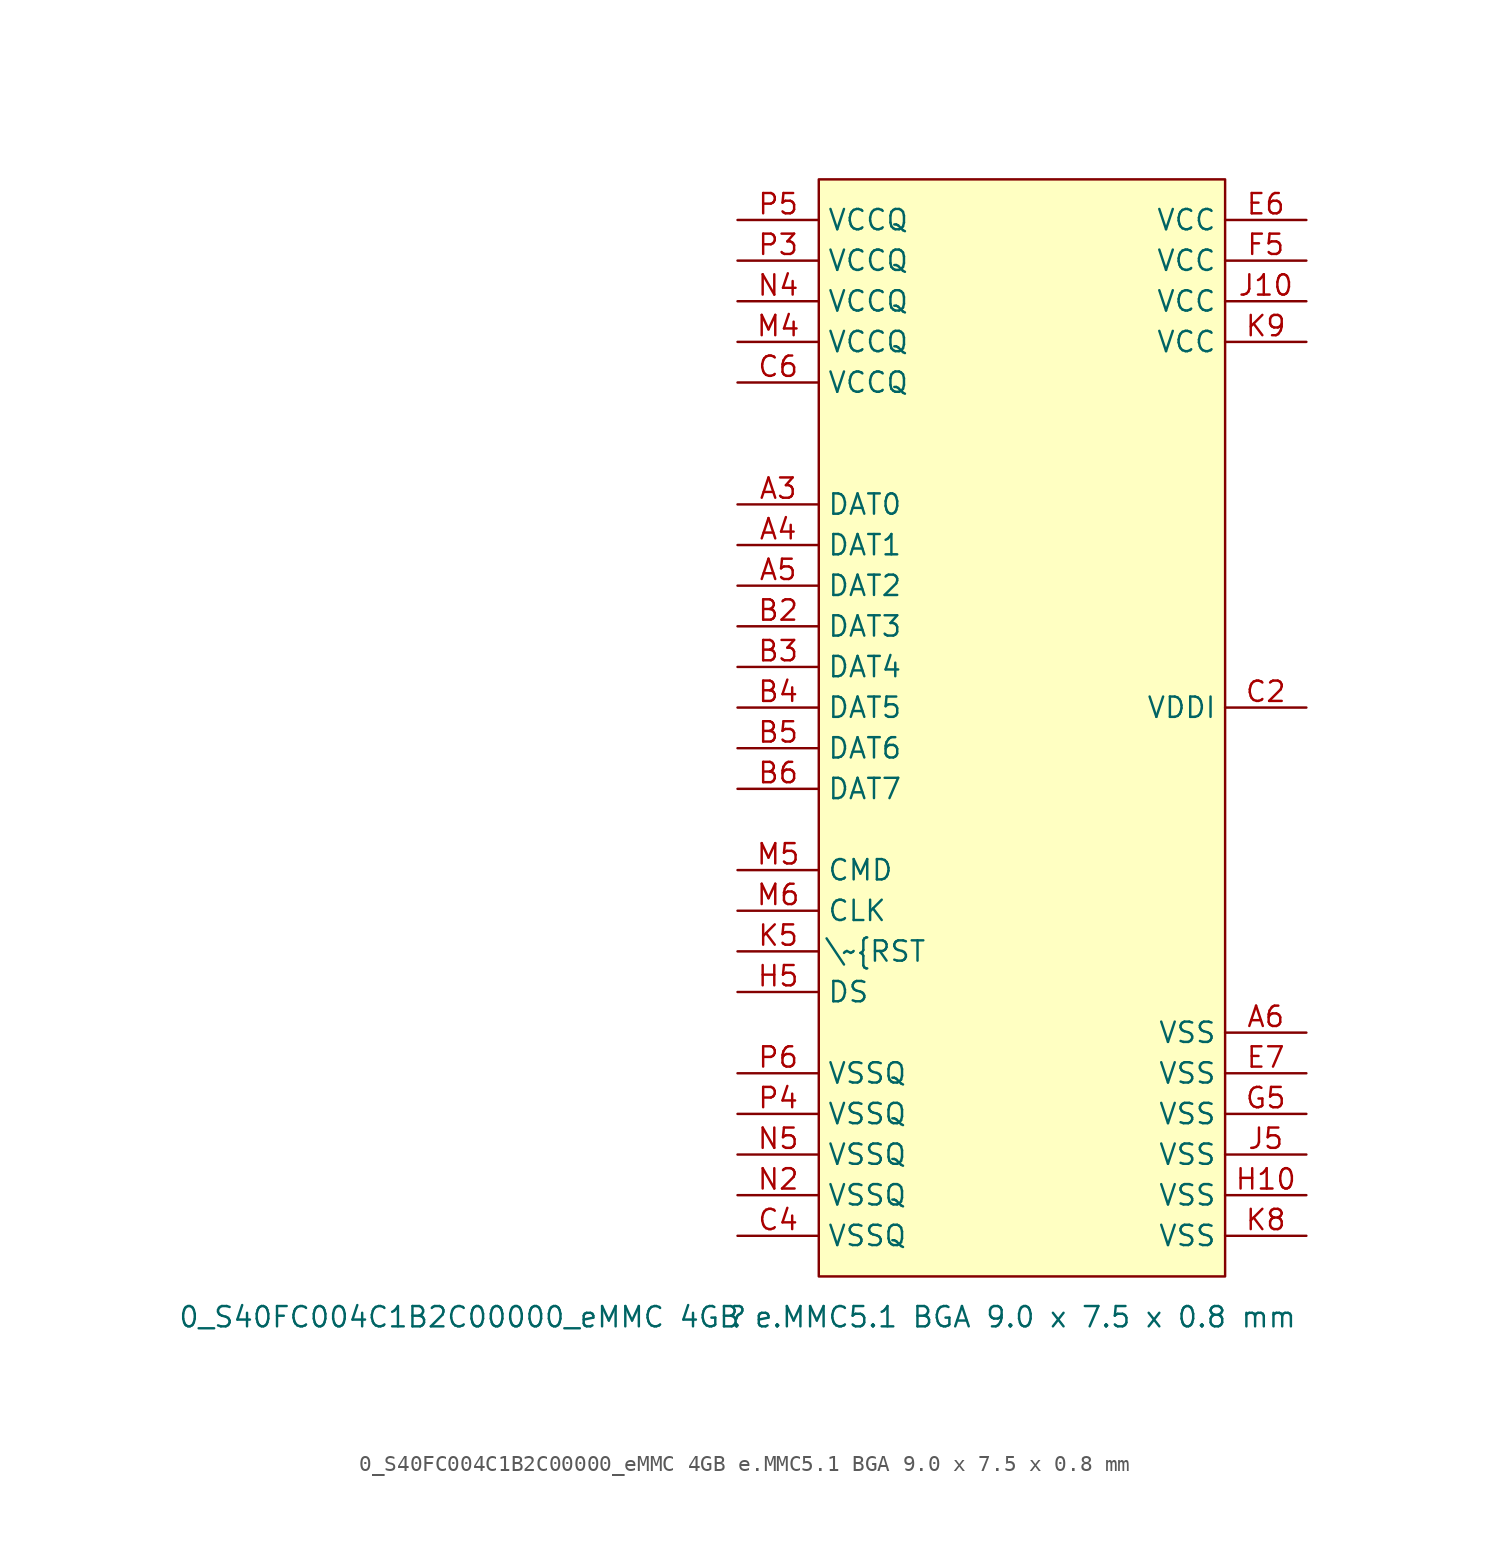
<source format=kicad_sym>
(kicad_symbol_lib
  (version 20211014)
  (generator kicad_symbol_editor)
  (symbol "0_S40FC004C1B2C00000_eMMC 4GB e.MMC5.1 BGA 9.0 x 7.5 x 0.8 mm"
    (property "Reference" ""
      (at 0 0 0)
      (effects (font (size 1.27 1.27))))
    (property "Value" "0_S40FC004C1B2C00000_eMMC 4GB e.MMC5.1 BGA 9.0 x 7.5 x 0.8 mm"
      (at 0 0 0)
      (effects (font (size 1.27 1.27))))
    (symbol "0_S40FC004C1B2C00000_eMMC 4GB e.MMC5.1 BGA 9.0 x 7.5 x 0.8 mm_1_0"
      (rectangle (start 30.48 71.12) (end 5.08 2.54) (stroke (width 0) (type default) (color 0 0 0 0)) (fill (type background)))
      (pin passive line (at 0 50.8 0) (length 5.08) (name "DAT0" (effects (font (size 1.27 1.27)))) (number "A3" (effects (font (size 1.27 1.27)))))
      (pin passive line (at 0 48.26 0) (length 5.08) (name "DAT1" (effects (font (size 1.27 1.27)))) (number "A4" (effects (font (size 1.27 1.27)))))
      (pin passive line (at 0 45.72 0) (length 5.08) (name "DAT2" (effects (font (size 1.27 1.27)))) (number "A5" (effects (font (size 1.27 1.27)))))
      (pin passive line (at 35.56 17.78 180) (length 5.08) (name "VSS" (effects (font (size 1.27 1.27)))) (number "A6" (effects (font (size 1.27 1.27)))))
      (pin passive line (at 0 43.18 0) (length 5.08) (name "DAT3" (effects (font (size 1.27 1.27)))) (number "B2" (effects (font (size 1.27 1.27)))))
      (pin passive line (at 0 40.64 0) (length 5.08) (name "DAT4" (effects (font (size 1.27 1.27)))) (number "B3" (effects (font (size 1.27 1.27)))))
      (pin passive line (at 0 38.1 0) (length 5.08) (name "DAT5" (effects (font (size 1.27 1.27)))) (number "B4" (effects (font (size 1.27 1.27)))))
      (pin passive line (at 0 35.56 0) (length 5.08) (name "DAT6" (effects (font (size 1.27 1.27)))) (number "B5" (effects (font (size 1.27 1.27)))))
      (pin passive line (at 0 33.02 0) (length 5.08) (name "DAT7" (effects (font (size 1.27 1.27)))) (number "B6" (effects (font (size 1.27 1.27)))))
      (pin passive line (at 35.56 38.1 180) (length 5.08) (name "VDDI" (effects (font (size 1.27 1.27)))) (number "C2" (effects (font (size 1.27 1.27)))))
      (pin passive line (at 0 5.08 0) (length 5.08) (name "VSSQ" (effects (font (size 1.27 1.27)))) (number "C4" (effects (font (size 1.27 1.27)))))
      (pin passive line (at 0 58.42 0) (length 5.08) (name "VCCQ" (effects (font (size 1.27 1.27)))) (number "C6" (effects (font (size 1.27 1.27)))))
      (pin passive line (at 35.56 68.58 180) (length 5.08) (name "VCC" (effects (font (size 1.27 1.27)))) (number "E6" (effects (font (size 1.27 1.27)))))
      (pin passive line (at 35.56 15.24 180) (length 5.08) (name "VSS" (effects (font (size 1.27 1.27)))) (number "E7" (effects (font (size 1.27 1.27)))))
      (pin passive line (at 35.56 66.04 180) (length 5.08) (name "VCC" (effects (font (size 1.27 1.27)))) (number "F5" (effects (font (size 1.27 1.27)))))
      (pin passive line (at 35.56 12.7 180) (length 5.08) (name "VSS" (effects (font (size 1.27 1.27)))) (number "G5" (effects (font (size 1.27 1.27)))))
      (pin passive line (at 35.56 7.62 180) (length 5.08) (name "VSS" (effects (font (size 1.27 1.27)))) (number "H10" (effects (font (size 1.27 1.27)))))
      (pin passive line (at 0 20.32 0) (length 5.08) (name "DS" (effects (font (size 1.27 1.27)))) (number "H5" (effects (font (size 1.27 1.27)))))
      (pin passive line (at 35.56 63.5 180) (length 5.08) (name "VCC" (effects (font (size 1.27 1.27)))) (number "J10" (effects (font (size 1.27 1.27)))))
      (pin passive line (at 35.56 10.16 180) (length 5.08) (name "VSS" (effects (font (size 1.27 1.27)))) (number "J5" (effects (font (size 1.27 1.27)))))
      (pin passive line (at 0 22.86 0) (length 5.08) (name "\\~{RST" (effects (font (size 1.27 1.27)))) (number "K5" (effects (font (size 1.27 1.27)))))
      (pin passive line (at 35.56 5.08 180) (length 5.08) (name "VSS" (effects (font (size 1.27 1.27)))) (number "K8" (effects (font (size 1.27 1.27)))))
      (pin passive line (at 35.56 60.96 180) (length 5.08) (name "VCC" (effects (font (size 1.27 1.27)))) (number "K9" (effects (font (size 1.27 1.27)))))
      (pin passive line (at 0 60.96 0) (length 5.08) (name "VCCQ" (effects (font (size 1.27 1.27)))) (number "M4" (effects (font (size 1.27 1.27)))))
      (pin passive line (at 0 27.94 0) (length 5.08) (name "CMD" (effects (font (size 1.27 1.27)))) (number "M5" (effects (font (size 1.27 1.27)))))
      (pin passive line (at 0 25.4 0) (length 5.08) (name "CLK" (effects (font (size 1.27 1.27)))) (number "M6" (effects (font (size 1.27 1.27)))))
      (pin passive line (at 0 7.62 0) (length 5.08) (name "VSSQ" (effects (font (size 1.27 1.27)))) (number "N2" (effects (font (size 1.27 1.27)))))
      (pin passive line (at 0 63.5 0) (length 5.08) (name "VCCQ" (effects (font (size 1.27 1.27)))) (number "N4" (effects (font (size 1.27 1.27)))))
      (pin passive line (at 0 10.16 0) (length 5.08) (name "VSSQ" (effects (font (size 1.27 1.27)))) (number "N5" (effects (font (size 1.27 1.27)))))
      (pin passive line (at 0 66.04 0) (length 5.08) (name "VCCQ" (effects (font (size 1.27 1.27)))) (number "P3" (effects (font (size 1.27 1.27)))))
      (pin passive line (at 0 12.7 0) (length 5.08) (name "VSSQ" (effects (font (size 1.27 1.27)))) (number "P4" (effects (font (size 1.27 1.27)))))
      (pin passive line (at 0 68.58 0) (length 5.08) (name "VCCQ" (effects (font (size 1.27 1.27)))) (number "P5" (effects (font (size 1.27 1.27)))))
      (pin passive line (at 0 15.24 0) (length 5.08) (name "VSSQ" (effects (font (size 1.27 1.27)))) (number "P6" (effects (font (size 1.27 1.27))))))))
</source>
